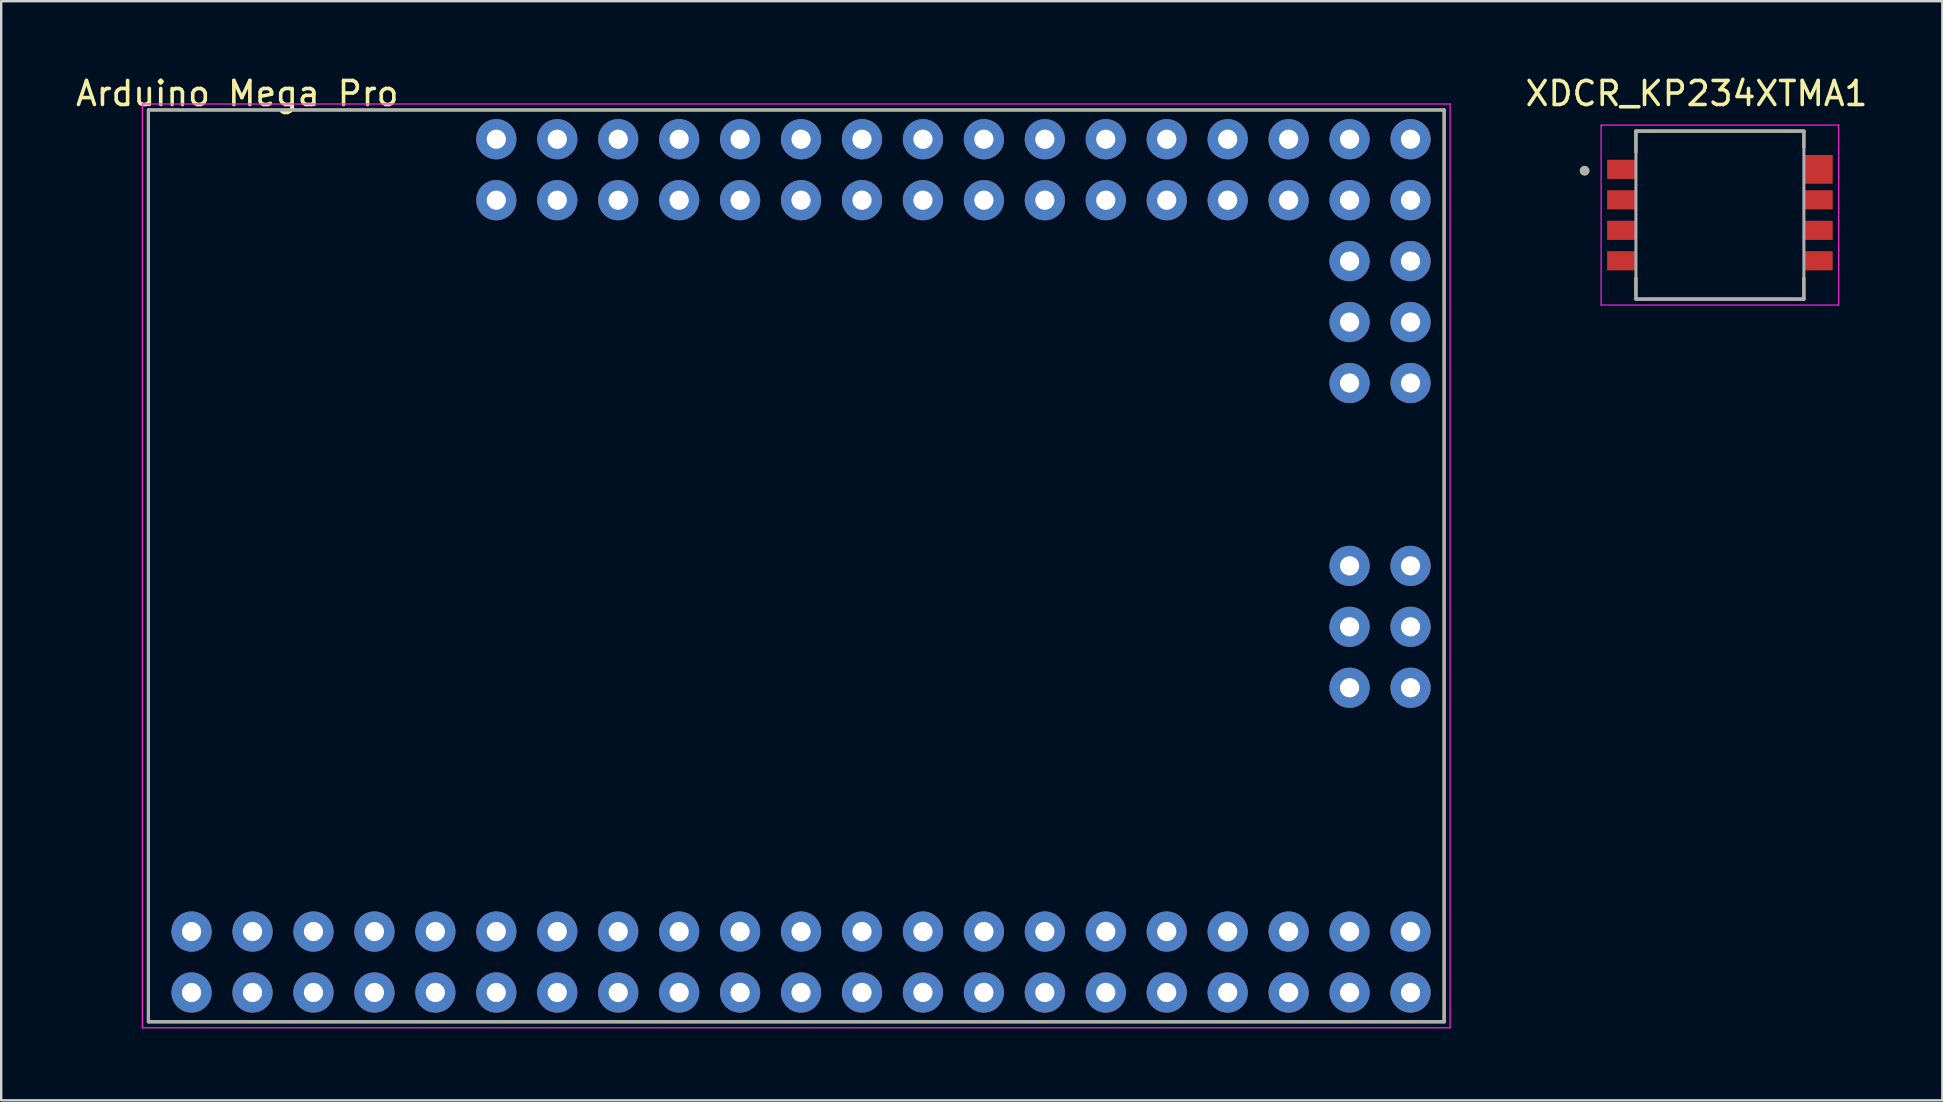
<source format=kicad_pcb>
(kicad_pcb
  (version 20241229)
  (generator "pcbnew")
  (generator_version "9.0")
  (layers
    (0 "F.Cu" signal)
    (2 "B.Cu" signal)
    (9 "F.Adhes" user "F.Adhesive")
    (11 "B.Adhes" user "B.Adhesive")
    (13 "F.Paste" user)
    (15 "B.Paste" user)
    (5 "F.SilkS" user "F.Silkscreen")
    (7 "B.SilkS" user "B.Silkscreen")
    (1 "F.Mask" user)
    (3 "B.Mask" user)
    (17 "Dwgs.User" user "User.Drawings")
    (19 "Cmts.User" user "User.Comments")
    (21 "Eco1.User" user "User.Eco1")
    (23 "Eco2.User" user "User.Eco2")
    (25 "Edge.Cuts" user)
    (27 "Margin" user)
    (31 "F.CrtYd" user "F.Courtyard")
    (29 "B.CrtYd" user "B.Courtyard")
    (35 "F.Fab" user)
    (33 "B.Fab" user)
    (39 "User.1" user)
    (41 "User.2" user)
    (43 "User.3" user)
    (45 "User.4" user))
  (footprint "XDCR_KP234XTMA1"
    (layer "F.Cu")
    (at 68.628 5.913)
    (property "Reference" "XDCR_KP234XTMA1" (at -0.975 -5.065 0) (layer "F.SilkS") (effects (font (size 1 1) (thickness 0.15))))
    (attr smd)
    (fp_line (start -3.5 -3.5) (end -3.5 -2.625) (stroke (width 0.127) (type solid)) (layer "F.SilkS"))
    (fp_line (start -3.5 3.5) (end -3.5 2.625) (stroke (width 0.127) (type solid)) (layer "F.SilkS"))
    (fp_line (start -3.5 3.5) (end 3.5 3.5) (stroke (width 0.127) (type solid)) (layer "F.SilkS"))
    (fp_line (start 3.5 -3.5) (end -3.5 -3.5) (stroke (width 0.127) (type solid)) (layer "F.SilkS"))
    (fp_line (start 3.5 -3.5) (end 3.5 -2.825) (stroke (width 0.127) (type solid)) (layer "F.SilkS"))
    (fp_line (start 3.5 3.5) (end 3.5 2.625) (stroke (width 0.127) (type solid)) (layer "F.SilkS"))
    (fp_circle (center -5.64 -1.85) (end -5.54 -1.85) (stroke (width 0.2) (type solid)) (fill no) (layer "F.SilkS"))
    (fp_line (start -4.95 -3.75) (end 4.95 -3.75) (stroke (width 0.05) (type solid)) (layer "F.CrtYd"))
    (fp_line (start -4.95 3.75) (end -4.95 -3.75) (stroke (width 0.05) (type solid)) (layer "F.CrtYd"))
    (fp_line (start 4.95 -3.75) (end 4.95 3.75) (stroke (width 0.05) (type solid)) (layer "F.CrtYd"))
    (fp_line (start 4.95 3.75) (end -4.95 3.75) (stroke (width 0.05) (type solid)) (layer "F.CrtYd"))
    (fp_line (start -3.5 -3.5) (end -3.5 3.5) (stroke (width 0.127) (type solid)) (layer "F.Fab"))
    (fp_line (start -3.5 3.5) (end 3.5 3.5) (stroke (width 0.127) (type solid)) (layer "F.Fab"))
    (fp_line (start 3.5 -3.5) (end -3.5 -3.5) (stroke (width 0.127) (type solid)) (layer "F.Fab"))
    (fp_line (start 3.5 3.5) (end 3.5 -3.5) (stroke (width 0.127) (type solid)) (layer "F.Fab"))
    (fp_circle (center -5.64 -1.85) (end -5.54 -1.85) (stroke (width 0.2) (type solid)) (fill no) (layer "F.Fab"))
    (pad "1" smd rect (at -4.1 -1.905) (size 1.2 0.8) (layers "F.Cu" "F.Mask" "F.Paste"))
    (pad "2" smd rect (at -4.1 -0.635) (size 1.2 0.8) (layers "F.Cu" "F.Mask" "F.Paste"))
    (pad "3" smd rect (at -4.1 0.635) (size 1.2 0.8) (layers "F.Cu" "F.Mask" "F.Paste"))
    (pad "4" smd rect (at -4.1 1.905) (size 1.2 0.8) (layers "F.Cu" "F.Mask" "F.Paste"))
    (pad "5" smd rect (at 4.1 1.905) (size 1.2 0.8) (layers "F.Cu" "F.Mask" "F.Paste"))
    (pad "6" smd rect (at 4.1 0.635) (size 1.2 0.8) (layers "F.Cu" "F.Mask" "F.Paste"))
    (pad "7" smd rect (at 4.1 -0.635) (size 1.2 0.8) (layers "F.Cu" "F.Mask" "F.Paste"))
    (pad "8" smd rect (at 4.1 -1.905) (size 1.2 1.2) (layers "F.Cu" "F.Mask" "F.Paste")))
  (footprint "Arduino Mega Pro"
    (layer "F.Cu")
    (at 30.134 20.533)
    (property "Reference" "Arduino Mega Pro" (at -23.295 -19.685 0) (layer "F.SilkS") (effects (font (size 1 1) (thickness 0.15))))
    (attr through_hole)
    (fp_line (start -27 -19) (end 27 -19) (stroke (width 0.127) (type solid)) (layer "F.SilkS"))
    (fp_line (start -27 19) (end -27 -19) (stroke (width 0.127) (type solid)) (layer "F.SilkS"))
    (fp_line (start -27 19) (end 27 19) (stroke (width 0.127) (type solid)) (layer "F.SilkS"))
    (fp_line (start 27 19) (end 27 -19) (stroke (width 0.127) (type solid)) (layer "F.SilkS"))
    (fp_line (start -27.25 -19.25) (end 27.25 -19.25) (stroke (width 0.05) (type solid)) (layer "F.CrtYd"))
    (fp_line (start -27.25 19.25) (end -27.25 -19.25) (stroke (width 0.05) (type solid)) (layer "F.CrtYd"))
    (fp_line (start 27.25 -19.25) (end 27.25 19.25) (stroke (width 0.05) (type solid)) (layer "F.CrtYd"))
    (fp_line (start 27.25 19.25) (end -27.25 19.25) (stroke (width 0.05) (type solid)) (layer "F.CrtYd"))
    (fp_line (start -27 -19) (end 27 -19) (stroke (width 0.127) (type solid)) (layer "F.Fab"))
    (fp_line (start -27 19) (end -27 -19) (stroke (width 0.127) (type solid)) (layer "F.Fab"))
    (fp_line (start -27 19) (end 27 19) (stroke (width 0.127) (type solid)) (layer "F.Fab"))
    (fp_line (start 27 19) (end 27 -19) (stroke (width 0.127) (type solid)) (layer "F.Fab"))
    (pad "3V3_1" thru_hole circle (at -17.58 17.78) (size 1.676 1.676) (drill 0.8) (layers "*.Cu" "*.Mask"))
    (pad "3V3_2" thru_hole circle (at -17.58 15.24) (size 1.676 1.676) (drill 0.8) (layers "*.Cu" "*.Mask"))
    (pad "5V_1" thru_hole circle (at -20.12 17.78) (size 1.676 1.676) (drill 0.8) (layers "*.Cu" "*.Mask"))
    (pad "5V_2" thru_hole circle (at -20.12 15.24) (size 1.676 1.676) (drill 0.8) (layers "*.Cu" "*.Mask"))
    (pad "5V_3" thru_hole circle (at 25.6 0) (size 1.676 1.676) (drill 0.8) (layers "*.Cu" "*.Mask"))
    (pad "A0" thru_hole circle (at -12.5 -17.78) (size 1.676 1.676) (drill 0.8) (layers "*.Cu" "*.Mask"))
    (pad "A1" thru_hole circle (at -12.5 -15.24) (size 1.676 1.676) (drill 0.8) (layers "*.Cu" "*.Mask"))
    (pad "A2" thru_hole circle (at -9.96 -17.78) (size 1.676 1.676) (drill 0.8) (layers "*.Cu" "*.Mask"))
    (pad "A3" thru_hole circle (at -9.96 -15.24) (size 1.676 1.676) (drill 0.8) (layers "*.Cu" "*.Mask"))
    (pad "A4" thru_hole circle (at -7.42 -17.78) (size 1.676 1.676) (drill 0.8) (layers "*.Cu" "*.Mask"))
    (pad "A5" thru_hole circle (at -7.42 -15.24) (size 1.676 1.676) (drill 0.8) (layers "*.Cu" "*.Mask"))
    (pad "A6" thru_hole circle (at -4.88 -17.78) (size 1.676 1.676) (drill 0.8) (layers "*.Cu" "*.Mask"))
    (pad "A7" thru_hole circle (at -4.88 -15.24) (size 1.676 1.676) (drill 0.8) (layers "*.Cu" "*.Mask"))
    (pad "A8" thru_hole circle (at -2.34 -17.78) (size 1.676 1.676) (drill 0.8) (layers "*.Cu" "*.Mask"))
    (pad "A9" thru_hole circle (at -2.34 -15.24) (size 1.676 1.676) (drill 0.8) (layers "*.Cu" "*.Mask"))
    (pad "A10" thru_hole circle (at 0.2 -17.78) (size 1.676 1.676) (drill 0.8) (layers "*.Cu" "*.Mask"))
    (pad "A11" thru_hole circle (at 0.2 -15.24) (size 1.676 1.676) (drill 0.8) (layers "*.Cu" "*.Mask"))
    (pad "A12" thru_hole circle (at 2.74 -17.78) (size 1.676 1.676) (drill 0.8) (layers "*.Cu" "*.Mask"))
    (pad "A13" thru_hole circle (at 2.74 -15.24) (size 1.676 1.676) (drill 0.8) (layers "*.Cu" "*.Mask"))
    (pad "A14" thru_hole circle (at 5.28 -17.78) (size 1.676 1.676) (drill 0.8) (layers "*.Cu" "*.Mask"))
    (pad "A15" thru_hole circle (at 5.28 -15.24) (size 1.676 1.676) (drill 0.8) (layers "*.Cu" "*.Mask"))
    (pad "AREF" thru_hole circle (at -15.04 15.24) (size 1.676 1.676) (drill 0.8) (layers "*.Cu" "*.Mask"))
    (pad "D2" thru_hole circle (at -9.96 15.24) (size 1.676 1.676) (drill 0.8) (layers "*.Cu" "*.Mask"))
    (pad "D3" thru_hole circle (at -9.96 17.78) (size 1.676 1.676) (drill 0.8) (layers "*.Cu" "*.Mask"))
    (pad "D4" thru_hole circle (at -7.42 15.24) (size 1.676 1.676) (drill 0.8) (layers "*.Cu" "*.Mask"))
    (pad "D5" thru_hole circle (at -7.42 17.78) (size 1.676 1.676) (drill 0.8) (layers "*.Cu" "*.Mask"))
    (pad "D6" thru_hole circle (at -4.88 15.24) (size 1.676 1.676) (drill 0.8) (layers "*.Cu" "*.Mask"))
    (pad "D7" thru_hole circle (at -4.88 17.78) (size 1.676 1.676) (drill 0.8) (layers "*.Cu" "*.Mask"))
    (pad "D8" thru_hole circle (at -2.34 15.24) (size 1.676 1.676) (drill 0.8) (layers "*.Cu" "*.Mask"))
    (pad "D9" thru_hole circle (at -2.34 17.78) (size 1.676 1.676) (drill 0.8) (layers "*.Cu" "*.Mask"))
    (pad "D10" thru_hole circle (at 0.2 15.24) (size 1.676 1.676) (drill 0.8) (layers "*.Cu" "*.Mask"))
    (pad "D11" thru_hole circle (at 0.2 17.78) (size 1.676 1.676) (drill 0.8) (layers "*.Cu" "*.Mask"))
    (pad "D12" thru_hole circle (at 2.74 15.24) (size 1.676 1.676) (drill 0.8) (layers "*.Cu" "*.Mask"))
    (pad "D13" thru_hole circle (at 2.74 17.78) (size 1.676 1.676) (drill 0.8) (layers "*.Cu" "*.Mask"))
    (pad "D14" thru_hole circle (at 5.28 15.24) (size 1.676 1.676) (drill 0.8) (layers "*.Cu" "*.Mask"))
    (pad "D15" thru_hole circle (at 5.28 17.78) (size 1.676 1.676) (drill 0.8) (layers "*.Cu" "*.Mask"))
    (pad "D16" thru_hole circle (at 7.82 15.24) (size 1.676 1.676) (drill 0.8) (layers "*.Cu" "*.Mask"))
    (pad "D17" thru_hole circle (at 7.82 17.78) (size 1.676 1.676) (drill 0.8) (layers "*.Cu" "*.Mask"))
    (pad "D18" thru_hole circle (at 10.36 15.24) (size 1.676 1.676) (drill 0.8) (layers "*.Cu" "*.Mask"))
    (pad "D19" thru_hole circle (at 10.36 17.78) (size 1.676 1.676) (drill 0.8) (layers "*.Cu" "*.Mask"))
    (pad "D20" thru_hole circle (at 12.9 15.24) (size 1.676 1.676) (drill 0.8) (layers "*.Cu" "*.Mask"))
    (pad "D21" thru_hole circle (at 12.9 17.78) (size 1.676 1.676) (drill 0.8) (layers "*.Cu" "*.Mask"))
    (pad "D22" thru_hole circle (at 15.44 15.24) (size 1.676 1.676) (drill 0.8) (layers "*.Cu" "*.Mask"))
    (pad "D23" thru_hole circle (at 15.44 17.78) (size 1.676 1.676) (drill 0.8) (layers "*.Cu" "*.Mask"))
    (pad "D24" thru_hole circle (at 17.98 15.24) (size 1.676 1.676) (drill 0.8) (layers "*.Cu" "*.Mask"))
    (pad "D25" thru_hole circle (at 17.98 17.78) (size 1.676 1.676) (drill 0.8) (layers "*.Cu" "*.Mask"))
    (pad "D26" thru_hole circle (at 20.52 15.24) (size 1.676 1.676) (drill 0.8) (layers "*.Cu" "*.Mask"))
    (pad "D27" thru_hole circle (at 20.52 17.78) (size 1.676 1.676) (drill 0.8) (layers "*.Cu" "*.Mask"))
    (pad "D28" thru_hole circle (at 23.06 15.24) (size 1.676 1.676) (drill 0.8) (layers "*.Cu" "*.Mask"))
    (pad "D29" thru_hole circle (at 23.06 17.78) (size 1.676 1.676) (drill 0.8) (layers "*.Cu" "*.Mask"))
    (pad "D30" thru_hole circle (at 25.6 15.24) (size 1.676 1.676) (drill 0.8) (layers "*.Cu" "*.Mask"))
    (pad "D31" thru_hole circle (at 25.6 17.78) (size 1.676 1.676) (drill 0.8) (layers "*.Cu" "*.Mask"))
    (pad "D32" thru_hole circle (at 7.82 -17.78) (size 1.676 1.676) (drill 0.8) (layers "*.Cu" "*.Mask"))
    (pad "D33" thru_hole circle (at 7.82 -15.24) (size 1.676 1.676) (drill 0.8) (layers "*.Cu" "*.Mask"))
    (pad "D34" thru_hole circle (at 10.36 -17.78) (size 1.676 1.676) (drill 0.8) (layers "*.Cu" "*.Mask"))
    (pad "D35" thru_hole circle (at 10.36 -15.24) (size 1.676 1.676) (drill 0.8) (layers "*.Cu" "*.Mask"))
    (pad "D36" thru_hole circle (at 12.9 -17.78) (size 1.676 1.676) (drill 0.8) (layers "*.Cu" "*.Mask"))
    (pad "D37" thru_hole circle (at 12.9 -15.24) (size 1.676 1.676) (drill 0.8) (layers "*.Cu" "*.Mask"))
    (pad "D38" thru_hole circle (at 15.44 -17.78) (size 1.676 1.676) (drill 0.8) (layers "*.Cu" "*.Mask"))
    (pad "D39" thru_hole circle (at 15.44 -15.24) (size 1.676 1.676) (drill 0.8) (layers "*.Cu" "*.Mask"))
    (pad "D40" thru_hole circle (at 17.98 -17.78) (size 1.676 1.676) (drill 0.8) (layers "*.Cu" "*.Mask"))
    (pad "D41" thru_hole circle (at 17.98 -15.24) (size 1.676 1.676) (drill 0.8) (layers "*.Cu" "*.Mask"))
    (pad "D42" thru_hole circle (at 20.52 -17.78) (size 1.676 1.676) (drill 0.8) (layers "*.Cu" "*.Mask"))
    (pad "D43" thru_hole circle (at 20.52 -15.24) (size 1.676 1.676) (drill 0.8) (layers "*.Cu" "*.Mask"))
    (pad "D44" thru_hole circle (at 23.06 -17.78) (size 1.676 1.676) (drill 0.8) (layers "*.Cu" "*.Mask"))
    (pad "D45" thru_hole circle (at 23.06 -15.24) (size 1.676 1.676) (drill 0.8) (layers "*.Cu" "*.Mask"))
    (pad "D46" thru_hole circle (at 25.6 -17.78) (size 1.676 1.676) (drill 0.8) (layers "*.Cu" "*.Mask"))
    (pad "D47" thru_hole circle (at 25.6 -15.24) (size 1.676 1.676) (drill 0.8) (layers "*.Cu" "*.Mask"))
    (pad "D48" thru_hole circle (at 25.6 -12.7) (size 1.676 1.676) (drill 0.8) (layers "*.Cu" "*.Mask"))
    (pad "D49" thru_hole circle (at 23.06 -12.7) (size 1.676 1.676) (drill 0.8) (layers "*.Cu" "*.Mask"))
    (pad "D50" thru_hole circle (at 25.6 -10.16) (size 1.676 1.676) (drill 0.8) (layers "*.Cu" "*.Mask"))
    (pad "D51" thru_hole circle (at 23.06 -10.16) (size 1.676 1.676) (drill 0.8) (layers "*.Cu" "*.Mask"))
    (pad "D52" thru_hole circle (at 25.6 -7.62) (size 1.676 1.676) (drill 0.8) (layers "*.Cu" "*.Mask"))
    (pad "D53" thru_hole circle (at 23.06 -7.62) (size 1.676 1.676) (drill 0.8) (layers "*.Cu" "*.Mask"))
    (pad "GND_1" thru_hole circle (at -22.66 17.78) (size 1.676 1.676) (drill 0.8) (layers "*.Cu" "*.Mask"))
    (pad "GND_2" thru_hole circle (at -22.66 15.24) (size 1.676 1.676) (drill 0.8) (layers "*.Cu" "*.Mask"))
    (pad "GND_3" thru_hole circle (at 25.6 5.08) (size 1.676 1.676) (drill 0.8) (layers "*.Cu" "*.Mask"))
    (pad "MISO" thru_hole circle (at 23.06 0) (size 1.676 1.676) (drill 0.8) (layers "*.Cu" "*.Mask"))
    (pad "MOSI" thru_hole circle (at 25.6 2.54) (size 1.676 1.676) (drill 0.8) (layers "*.Cu" "*.Mask"))
    (pad "RESET" thru_hole circle (at 23.06 5.08) (size 1.676 1.676) (drill 0.8) (layers "*.Cu" "*.Mask"))
    (pad "RST" thru_hole circle (at -15.04 17.78) (size 1.676 1.676) (drill 0.8) (layers "*.Cu" "*.Mask"))
    (pad "RX" thru_hole circle (at -12.5 15.24) (size 1.676 1.676) (drill 0.8) (layers "*.Cu" "*.Mask"))
    (pad "SCK" thru_hole circle (at 23.06 2.54) (size 1.676 1.676) (drill 0.8) (layers "*.Cu" "*.Mask"))
    (pad "TX" thru_hole circle (at -12.5 17.78) (size 1.676 1.676) (drill 0.8) (layers "*.Cu" "*.Mask"))
    (pad "VIN_1" thru_hole circle (at -25.2 17.78) (size 1.676 1.676) (drill 0.8) (layers "*.Cu" "*.Mask"))
    (pad "VIN_2" thru_hole circle (at -25.2 15.24) (size 1.676 1.676) (drill 0.8) (layers "*.Cu" "*.Mask")))
  (gr_rect
    (start -3 -3)
    (end 77.897 42.808)
    (stroke (width 0.1) (type default))
    (fill no)
    (layer "Edge.Cuts")))
</source>
